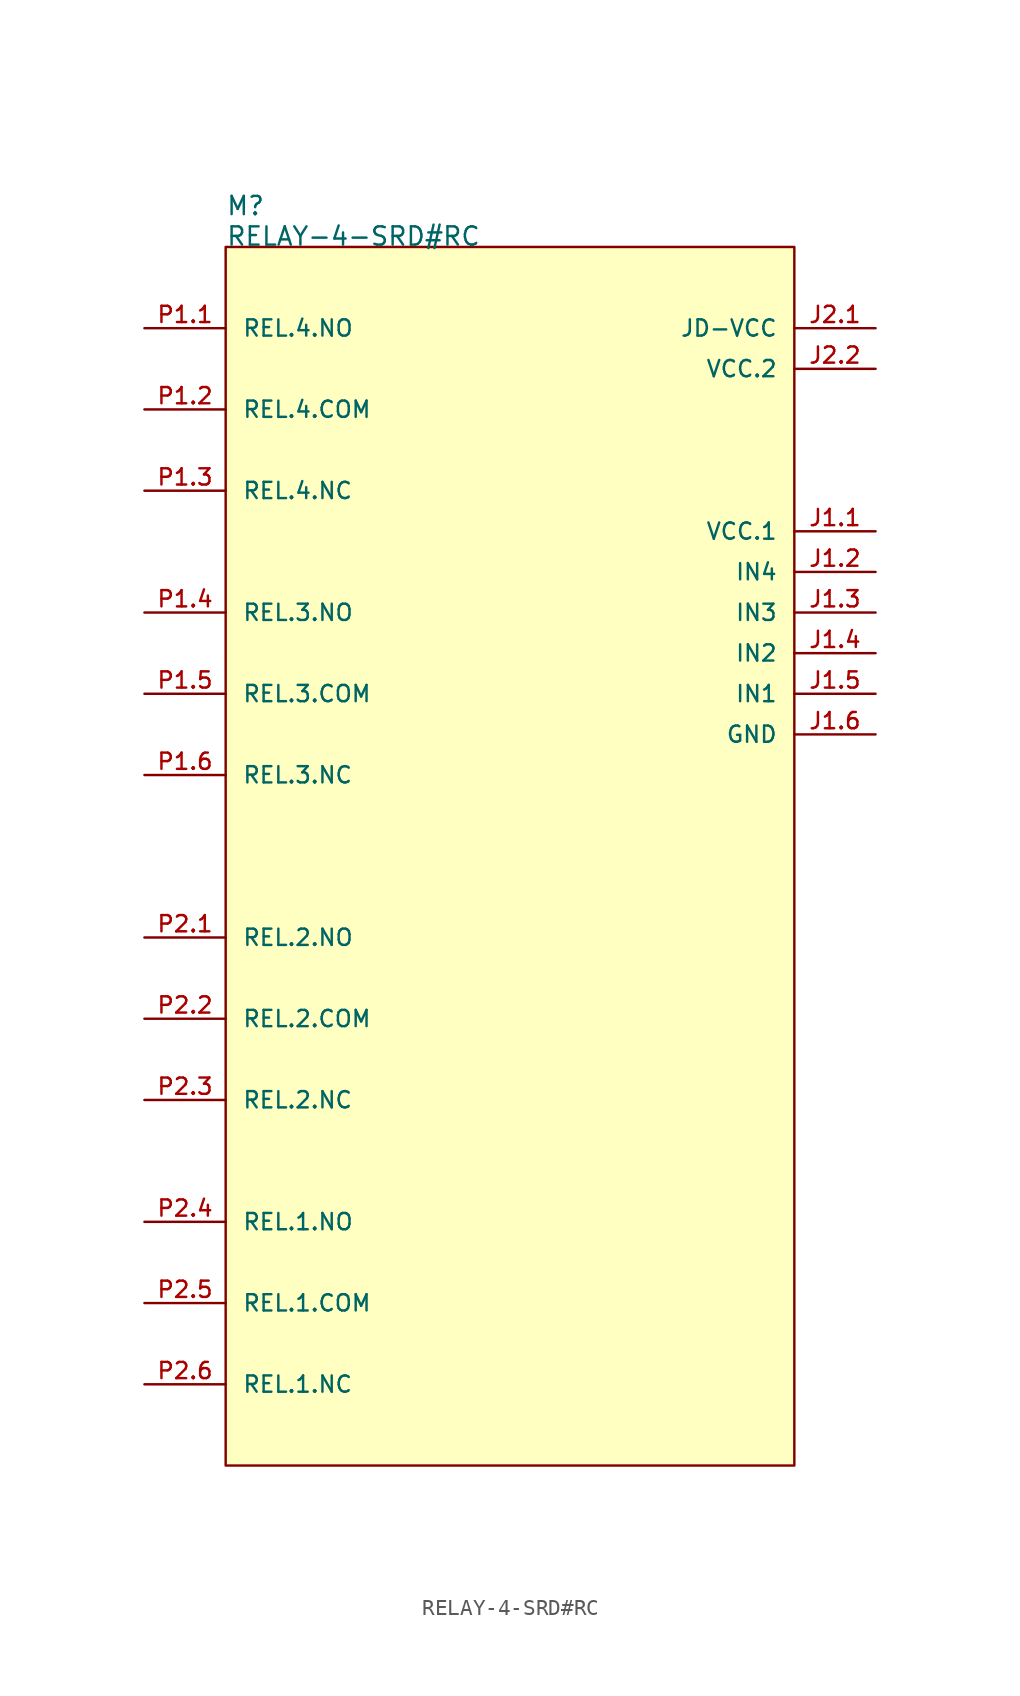
<source format=kicad_sym>
(kicad_symbol_lib
  (version 20231120)
  (generator "kicad_symbol_editor")
  (generator_version "8.0")
  (symbol "RELAY-4-SRD#RC"
    (pin_names
      (offset 1.016))
    (property "Reference" "M"
      (at -17.78 40.005 0)
      (effects (font (size 1.143 1.143)) (justify left bottom)))
    (property "Value" "RELAY-4-SRD#RC"
      (at -17.78 38.1 0)
      (effects (font (size 1.143 1.143)) (justify left bottom)))
    (property "ki_locked" ""
      (at 0 0 0)
      (effects (font (size 1.27 1.27))))
    (symbol "RELAY-4-SRD#RC_1_1"
      (rectangle (start -17.78 38.1) (end 17.78 -38.1) (stroke (width 0) (type default)) (fill (type background)))
      (pin power_in line (at 22.86 20.32 180) (length 5.08) (name "VCC.1" (effects (font (size 1.016 1.016)))) (number "J1.1" (effects (font (size 1.016 1.016)))))
      (pin bidirectional line (at 22.86 17.78 180) (length 5.08) (name "IN4" (effects (font (size 1.016 1.016)))) (number "J1.2" (effects (font (size 1.016 1.016)))))
      (pin bidirectional line (at 22.86 15.24 180) (length 5.08) (name "IN3" (effects (font (size 1.016 1.016)))) (number "J1.3" (effects (font (size 1.016 1.016)))))
      (pin bidirectional line (at 22.86 12.7 180) (length 5.08) (name "IN2" (effects (font (size 1.016 1.016)))) (number "J1.4" (effects (font (size 1.016 1.016)))))
      (pin bidirectional line (at 22.86 10.16 180) (length 5.08) (name "IN1" (effects (font (size 1.016 1.016)))) (number "J1.5" (effects (font (size 1.016 1.016)))))
      (pin power_in line (at 22.86 7.62 180) (length 5.08) (name "GND" (effects (font (size 1.016 1.016)))) (number "J1.6" (effects (font (size 1.016 1.016)))))
      (pin bidirectional line (at 22.86 33.02 180) (length 5.08) (name "JD-VCC" (effects (font (size 1.016 1.016)))) (number "J2.1" (effects (font (size 1.016 1.016)))))
      (pin power_in line (at 22.86 30.48 180) (length 5.08) (name "VCC.2" (effects (font (size 1.016 1.016)))) (number "J2.2" (effects (font (size 1.016 1.016)))))
      (pin bidirectional line (at -22.86 33.02 0) (length 5.08) (name "REL.4.NO" (effects (font (size 1.016 1.016)))) (number "P1.1" (effects (font (size 1.016 1.016)))))
      (pin bidirectional line (at -22.86 27.94 0) (length 5.08) (name "REL.4.COM" (effects (font (size 1.016 1.016)))) (number "P1.2" (effects (font (size 1.016 1.016)))))
      (pin bidirectional line (at -22.86 22.86 0) (length 5.08) (name "REL.4.NC" (effects (font (size 1.016 1.016)))) (number "P1.3" (effects (font (size 1.016 1.016)))))
      (pin bidirectional line (at -22.86 15.24 0) (length 5.08) (name "REL.3.NO" (effects (font (size 1.016 1.016)))) (number "P1.4" (effects (font (size 1.016 1.016)))))
      (pin bidirectional line (at -22.86 10.16 0) (length 5.08) (name "REL.3.COM" (effects (font (size 1.016 1.016)))) (number "P1.5" (effects (font (size 1.016 1.016)))))
      (pin bidirectional line (at -22.86 5.08 0) (length 5.08) (name "REL.3.NC" (effects (font (size 1.016 1.016)))) (number "P1.6" (effects (font (size 1.016 1.016)))))
      (pin bidirectional line (at -22.86 -5.08 0) (length 5.08) (name "REL.2.NO" (effects (font (size 1.016 1.016)))) (number "P2.1" (effects (font (size 1.016 1.016)))))
      (pin bidirectional line (at -22.86 -10.16 0) (length 5.08) (name "REL.2.COM" (effects (font (size 1.016 1.016)))) (number "P2.2" (effects (font (size 1.016 1.016)))))
      (pin bidirectional line (at -22.86 -15.24 0) (length 5.08) (name "REL.2.NC" (effects (font (size 1.016 1.016)))) (number "P2.3" (effects (font (size 1.016 1.016)))))
      (pin bidirectional line (at -22.86 -22.86 0) (length 5.08) (name "REL.1.NO" (effects (font (size 1.016 1.016)))) (number "P2.4" (effects (font (size 1.016 1.016)))))
      (pin bidirectional line (at -22.86 -27.94 0) (length 5.08) (name "REL.1.COM" (effects (font (size 1.016 1.016)))) (number "P2.5" (effects (font (size 1.016 1.016)))))
      (pin bidirectional line (at -22.86 -33.02 0) (length 5.08) (name "REL.1.NC" (effects (font (size 1.016 1.016)))) (number "P2.6" (effects (font (size 1.016 1.016))))))))
</source>
